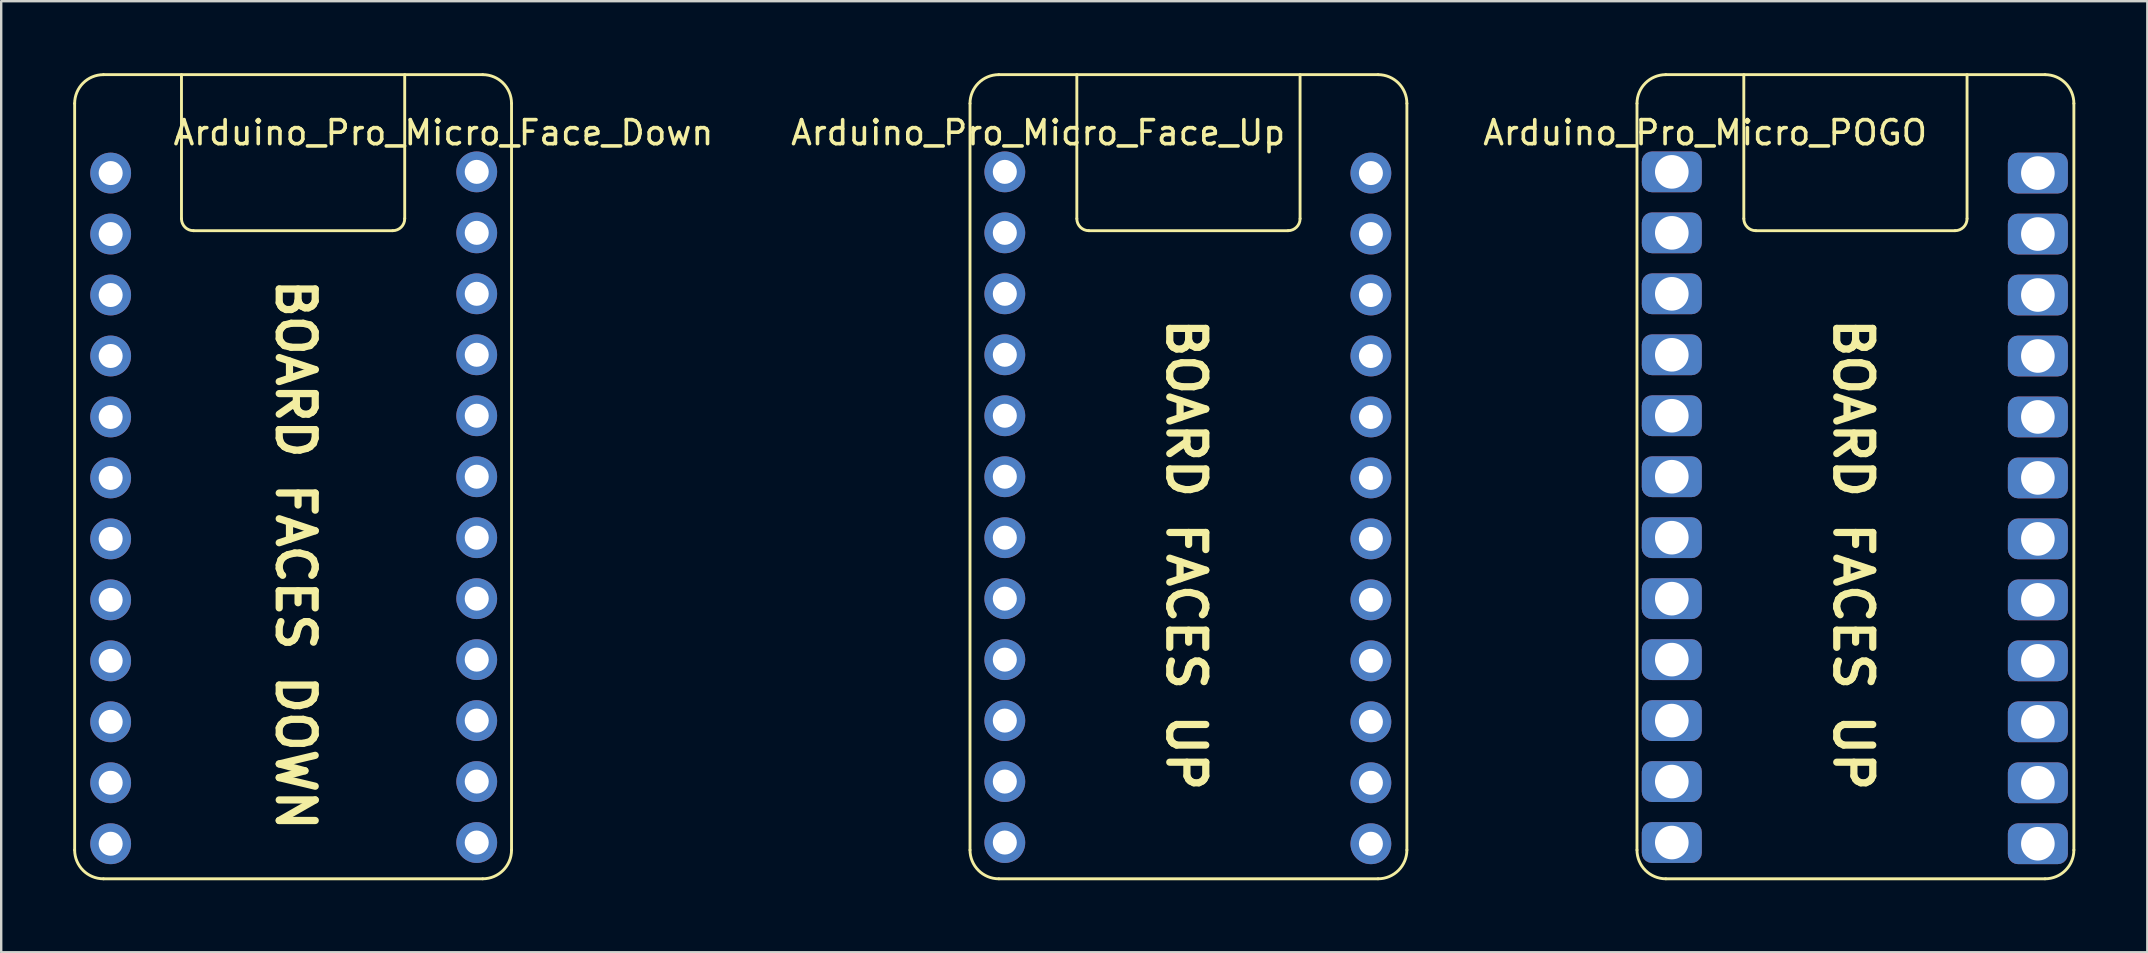
<source format=kicad_pcb>
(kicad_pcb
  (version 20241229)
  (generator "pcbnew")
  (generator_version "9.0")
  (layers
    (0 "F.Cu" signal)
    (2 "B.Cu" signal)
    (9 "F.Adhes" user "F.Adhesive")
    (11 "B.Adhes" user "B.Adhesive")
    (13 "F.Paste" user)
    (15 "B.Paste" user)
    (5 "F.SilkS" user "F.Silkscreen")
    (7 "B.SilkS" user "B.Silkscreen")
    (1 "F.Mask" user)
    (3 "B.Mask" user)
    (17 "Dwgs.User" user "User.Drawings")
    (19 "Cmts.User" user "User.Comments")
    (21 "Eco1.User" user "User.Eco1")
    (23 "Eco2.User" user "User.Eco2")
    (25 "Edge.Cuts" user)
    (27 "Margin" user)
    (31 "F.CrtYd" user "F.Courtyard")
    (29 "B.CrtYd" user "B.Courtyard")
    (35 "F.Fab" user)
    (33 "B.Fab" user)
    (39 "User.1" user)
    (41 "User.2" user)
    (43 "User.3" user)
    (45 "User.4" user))
  (footprint "Arduino_Pro_Micro_POGO"
    (layer "F.Cu")
    (at 66.596 4.11)
    (property "Reference" "Arduino_Pro_Micro_POGO" (at 1.387 -1.631 0) (layer "F.SilkS") (effects (font (size 1 1) (thickness 0.15))))
    (attr through_hole)
    (fp_line (start -1.45 28.25) (end -1.45 -2.85) (stroke (width 0.12) (type solid)) (layer "F.SilkS"))
    (fp_line (start -0.25 -4.05) (end 15.55 -4.05) (stroke (width 0.12) (type solid)) (layer "F.SilkS"))
    (fp_line (start -0.25 29.45) (end 15.55 29.45) (stroke (width 0.12) (type solid)) (layer "F.SilkS"))
    (fp_line (start 3 -4.05) (end 3 1.95) (stroke (width 0.12) (type solid)) (layer "F.SilkS"))
    (fp_line (start 3.5 2.45) (end 11.8 2.45) (stroke (width 0.12) (type solid)) (layer "F.SilkS"))
    (fp_line (start 12.3 -4.05) (end 12.3 1.95) (stroke (width 0.12) (type solid)) (layer "F.SilkS"))
    (fp_line (start 16.75 28.25) (end 16.75 -2.85) (stroke (width 0.12) (type solid)) (layer "F.SilkS"))
    (fp_arc (start -1.45 -2.85) (mid -1.098528 -3.698528) (end -0.25 -4.05) (stroke (width 0.12) (type solid)) (layer "F.SilkS"))
    (fp_arc (start -0.25 29.45) (mid -1.098528 29.098528) (end -1.45 28.25) (stroke (width 0.12) (type solid)) (layer "F.SilkS"))
    (fp_arc (start 3.5 2.45) (mid 3.146447 2.303553) (end 3 1.95) (stroke (width 0.12) (type solid)) (layer "F.SilkS"))
    (fp_arc (start 12.3 1.95) (mid 12.153553 2.303553) (end 11.8 2.45) (stroke (width 0.12) (type solid)) (layer "F.SilkS"))
    (fp_arc (start 15.55 -4.05) (mid 16.398528 -3.698528) (end 16.75 -2.85) (stroke (width 0.12) (type solid)) (layer "F.SilkS"))
    (fp_arc (start 16.75 28.25) (mid 16.398528 29.098528) (end 15.55 29.45) (stroke (width 0.12) (type solid)) (layer "F.SilkS"))
    (fp_text user "BOARD FACES UP" (at 7.55 15.95 270) (unlocked yes) (layer "F.SilkS") (effects (font (size 1.5 1.5) (thickness 0.3))))
    (pad "1" thru_hole roundrect (at 0 0) (size 2.5 1.7) (drill 1.4) (layers "*.Cu" "*.Mask") (roundrect_rratio 0.25))
    (pad "2" thru_hole roundrect (at 0 2.54) (size 2.5 1.7) (drill 1.4) (layers "*.Cu" "*.Mask") (roundrect_rratio 0.25))
    (pad "3" thru_hole roundrect (at 0 5.08) (size 2.5 1.7) (drill 1.4) (layers "*.Cu" "*.Mask") (roundrect_rratio 0.25))
    (pad "4" thru_hole roundrect (at 0 7.62) (size 2.5 1.7) (drill 1.4) (layers "*.Cu" "*.Mask") (roundrect_rratio 0.25))
    (pad "5" thru_hole roundrect (at 0 10.16) (size 2.5 1.7) (drill 1.4) (layers "*.Cu" "*.Mask") (roundrect_rratio 0.25))
    (pad "6" thru_hole roundrect (at 0 12.7) (size 2.5 1.7) (drill 1.4) (layers "*.Cu" "*.Mask") (roundrect_rratio 0.25))
    (pad "7" thru_hole roundrect (at 0 15.24) (size 2.5 1.7) (drill 1.4) (layers "*.Cu" "*.Mask") (roundrect_rratio 0.25))
    (pad "8" thru_hole roundrect (at 0 17.78) (size 2.5 1.7) (drill 1.4) (layers "*.Cu" "*.Mask") (roundrect_rratio 0.25))
    (pad "9" thru_hole roundrect (at 0 20.32) (size 2.5 1.7) (drill 1.4) (layers "*.Cu" "*.Mask") (roundrect_rratio 0.25))
    (pad "10" thru_hole roundrect (at 0 22.86) (size 2.5 1.7) (drill 1.4) (layers "*.Cu" "*.Mask") (roundrect_rratio 0.25))
    (pad "11" thru_hole roundrect (at 0 25.4) (size 2.5 1.7) (drill 1.4) (layers "*.Cu" "*.Mask") (roundrect_rratio 0.25))
    (pad "12" thru_hole roundrect (at 0 27.94) (size 2.5 1.7) (drill 1.4) (layers "*.Cu" "*.Mask") (roundrect_rratio 0.25))
    (pad "13" thru_hole roundrect (at 15.25 27.99) (size 2.5 1.7) (drill 1.4) (layers "*.Cu" "*.Mask") (roundrect_rratio 0.25))
    (pad "14" thru_hole roundrect (at 15.25 25.45) (size 2.5 1.7) (drill 1.4) (layers "*.Cu" "*.Mask") (roundrect_rratio 0.25))
    (pad "15" thru_hole roundrect (at 15.25 22.91) (size 2.5 1.7) (drill 1.4) (layers "*.Cu" "*.Mask") (roundrect_rratio 0.25))
    (pad "16" thru_hole roundrect (at 15.25 20.37) (size 2.5 1.7) (drill 1.4) (layers "*.Cu" "*.Mask") (roundrect_rratio 0.25))
    (pad "17" thru_hole roundrect (at 15.25 17.83) (size 2.5 1.7) (drill 1.4) (layers "*.Cu" "*.Mask") (roundrect_rratio 0.25))
    (pad "18" thru_hole roundrect (at 15.25 15.29) (size 2.5 1.7) (drill 1.4) (layers "*.Cu" "*.Mask") (roundrect_rratio 0.25))
    (pad "19" thru_hole roundrect (at 15.25 12.75) (size 2.5 1.7) (drill 1.4) (layers "*.Cu" "*.Mask") (roundrect_rratio 0.25))
    (pad "20" thru_hole roundrect (at 15.25 10.21) (size 2.5 1.7) (drill 1.4) (layers "*.Cu" "*.Mask") (roundrect_rratio 0.25))
    (pad "21" thru_hole roundrect (at 15.25 7.67) (size 2.5 1.7) (drill 1.4) (layers "*.Cu" "*.Mask") (roundrect_rratio 0.25))
    (pad "22" thru_hole roundrect (at 15.25 5.13) (size 2.5 1.7) (drill 1.4) (layers "*.Cu" "*.Mask") (roundrect_rratio 0.25))
    (pad "23" thru_hole roundrect (at 15.25 2.59) (size 2.5 1.7) (drill 1.4) (layers "*.Cu" "*.Mask") (roundrect_rratio 0.25))
    (pad "24" thru_hole roundrect (at 15.25 0.05) (size 2.5 1.7) (drill 1.4) (layers "*.Cu" "*.Mask") (roundrect_rratio 0.25)))
  (footprint "Arduino_Pro_Micro_Face_Up"
    (layer "F.Cu")
    (at 38.81 4.11)
    (property "Reference" "Arduino_Pro_Micro_Face_Up" (at 1.387 -1.631 0) (layer "F.SilkS") (effects (font (size 1 1) (thickness 0.15))))
    (attr through_hole)
    (fp_line (start -1.45 28.25) (end -1.45 -2.85) (stroke (width 0.12) (type solid)) (layer "F.SilkS"))
    (fp_line (start -0.25 -4.05) (end 15.55 -4.05) (stroke (width 0.12) (type solid)) (layer "F.SilkS"))
    (fp_line (start -0.25 29.45) (end 15.55 29.45) (stroke (width 0.12) (type solid)) (layer "F.SilkS"))
    (fp_line (start 3 -4.05) (end 3 1.95) (stroke (width 0.12) (type solid)) (layer "F.SilkS"))
    (fp_line (start 3.5 2.45) (end 11.8 2.45) (stroke (width 0.12) (type solid)) (layer "F.SilkS"))
    (fp_line (start 12.3 -4.05) (end 12.3 1.95) (stroke (width 0.12) (type solid)) (layer "F.SilkS"))
    (fp_line (start 16.75 28.25) (end 16.75 -2.85) (stroke (width 0.12) (type solid)) (layer "F.SilkS"))
    (fp_arc (start -1.45 -2.85) (mid -1.098528 -3.698528) (end -0.25 -4.05) (stroke (width 0.12) (type solid)) (layer "F.SilkS"))
    (fp_arc (start -0.25 29.45) (mid -1.098528 29.098528) (end -1.45 28.25) (stroke (width 0.12) (type solid)) (layer "F.SilkS"))
    (fp_arc (start 3.5 2.45) (mid 3.146447 2.303553) (end 3 1.95) (stroke (width 0.12) (type solid)) (layer "F.SilkS"))
    (fp_arc (start 12.3 1.95) (mid 12.153553 2.303553) (end 11.8 2.45) (stroke (width 0.12) (type solid)) (layer "F.SilkS"))
    (fp_arc (start 15.55 -4.05) (mid 16.398528 -3.698528) (end 16.75 -2.85) (stroke (width 0.12) (type solid)) (layer "F.SilkS"))
    (fp_arc (start 16.75 28.25) (mid 16.398528 29.098528) (end 15.55 29.45) (stroke (width 0.12) (type solid)) (layer "F.SilkS"))
    (fp_text user "BOARD FACES UP" (at 7.55 15.95 270) (unlocked yes) (layer "F.SilkS") (effects (font (size 1.5 1.5) (thickness 0.3))))
    (pad "1" thru_hole circle (at 0 0) (size 1.7 1.7) (drill 1) (layers "*.Cu" "*.Mask"))
    (pad "2" thru_hole circle (at 0 2.54) (size 1.7 1.7) (drill 1) (layers "*.Cu" "*.Mask"))
    (pad "3" thru_hole circle (at 0 5.08) (size 1.7 1.7) (drill 1) (layers "*.Cu" "*.Mask"))
    (pad "4" thru_hole circle (at 0 7.62) (size 1.7 1.7) (drill 1) (layers "*.Cu" "*.Mask"))
    (pad "5" thru_hole circle (at 0 10.16) (size 1.7 1.7) (drill 1) (layers "*.Cu" "*.Mask"))
    (pad "6" thru_hole circle (at 0 12.7) (size 1.7 1.7) (drill 1) (layers "*.Cu" "*.Mask"))
    (pad "7" thru_hole circle (at 0 15.24) (size 1.7 1.7) (drill 1) (layers "*.Cu" "*.Mask"))
    (pad "8" thru_hole circle (at 0 17.78) (size 1.7 1.7) (drill 1) (layers "*.Cu" "*.Mask"))
    (pad "9" thru_hole circle (at 0 20.32) (size 1.7 1.7) (drill 1) (layers "*.Cu" "*.Mask"))
    (pad "10" thru_hole circle (at 0 22.86) (size 1.7 1.7) (drill 1) (layers "*.Cu" "*.Mask"))
    (pad "11" thru_hole circle (at 0 25.4) (size 1.7 1.7) (drill 1) (layers "*.Cu" "*.Mask"))
    (pad "12" thru_hole circle (at 0 27.94) (size 1.7 1.7) (drill 1) (layers "*.Cu" "*.Mask"))
    (pad "13" thru_hole circle (at 15.25 27.99) (size 1.7 1.7) (drill 1) (layers "*.Cu" "*.Mask"))
    (pad "14" thru_hole circle (at 15.25 25.45) (size 1.7 1.7) (drill 1) (layers "*.Cu" "*.Mask"))
    (pad "15" thru_hole circle (at 15.25 22.91) (size 1.7 1.7) (drill 1) (layers "*.Cu" "*.Mask"))
    (pad "16" thru_hole circle (at 15.25 20.37) (size 1.7 1.7) (drill 1) (layers "*.Cu" "*.Mask"))
    (pad "17" thru_hole circle (at 15.25 17.83) (size 1.7 1.7) (drill 1) (layers "*.Cu" "*.Mask"))
    (pad "18" thru_hole circle (at 15.25 15.29) (size 1.7 1.7) (drill 1) (layers "*.Cu" "*.Mask"))
    (pad "19" thru_hole circle (at 15.25 12.75) (size 1.7 1.7) (drill 1) (layers "*.Cu" "*.Mask"))
    (pad "20" thru_hole circle (at 15.25 10.21) (size 1.7 1.7) (drill 1) (layers "*.Cu" "*.Mask"))
    (pad "21" thru_hole circle (at 15.25 7.67) (size 1.7 1.7) (drill 1) (layers "*.Cu" "*.Mask"))
    (pad "22" thru_hole circle (at 15.25 5.13) (size 1.7 1.7) (drill 1) (layers "*.Cu" "*.Mask"))
    (pad "23" thru_hole circle (at 15.25 2.59) (size 1.7 1.7) (drill 1) (layers "*.Cu" "*.Mask"))
    (pad "24" thru_hole circle (at 15.25 0.05) (size 1.7 1.7) (drill 1) (layers "*.Cu" "*.Mask")))
  (footprint "Arduino_Pro_Micro_Face_Down"
    (layer "F.Cu")
    (at 5.888 4.11)
    (property "Reference" "Arduino_Pro_Micro_Face_Down" (at 9.535 -1.631 0) (layer "F.SilkS") (effects (font (size 1 1) (thickness 0.15))))
    (attr through_hole)
    (fp_line (start -5.828 28.25) (end -5.828 -2.85) (stroke (width 0.12) (type solid)) (layer "F.SilkS"))
    (fp_line (start -1.378 -4.05) (end -1.378 1.95) (stroke (width 0.12) (type solid)) (layer "F.SilkS"))
    (fp_line (start 7.422 2.45) (end -0.878 2.45) (stroke (width 0.12) (type solid)) (layer "F.SilkS"))
    (fp_line (start 7.922 -4.05) (end 7.922 1.95) (stroke (width 0.12) (type solid)) (layer "F.SilkS"))
    (fp_line (start 11.172 -4.05) (end -4.628 -4.05) (stroke (width 0.12) (type solid)) (layer "F.SilkS"))
    (fp_line (start 11.172 29.45) (end -4.628 29.45) (stroke (width 0.12) (type solid)) (layer "F.SilkS"))
    (fp_line (start 12.372 28.25) (end 12.372 -2.85) (stroke (width 0.12) (type solid)) (layer "F.SilkS"))
    (fp_arc (start -5.828 -2.85) (mid -5.476528 -3.698528) (end -4.628 -4.05) (stroke (width 0.12) (type solid)) (layer "F.SilkS"))
    (fp_arc (start -4.628 29.45) (mid -5.476528 29.098528) (end -5.828 28.25) (stroke (width 0.12) (type solid)) (layer "F.SilkS"))
    (fp_arc (start -0.878 2.45) (mid -1.231553 2.303553) (end -1.378 1.95) (stroke (width 0.12) (type solid)) (layer "F.SilkS"))
    (fp_arc (start 7.922 1.95) (mid 7.775553 2.303553) (end 7.422 2.45) (stroke (width 0.12) (type solid)) (layer "F.SilkS"))
    (fp_arc (start 11.172 -4.05) (mid 12.020528 -3.698528) (end 12.372 -2.85) (stroke (width 0.12) (type solid)) (layer "F.SilkS"))
    (fp_arc (start 12.372 28.25) (mid 12.020528 29.098528) (end 11.172 29.45) (stroke (width 0.12) (type solid)) (layer "F.SilkS"))
    (fp_text user "BOARD FACES DOWN" (at 3.372 15.95 270) (unlocked yes) (layer "F.SilkS") (effects (font (size 1.5 1.5) (thickness 0.3))))
    (pad "1" thru_hole circle (at 10.922 0) (size 1.7 1.7) (drill 1) (layers "*.Cu" "*.Mask"))
    (pad "2" thru_hole circle (at 10.922 2.54) (size 1.7 1.7) (drill 1) (layers "*.Cu" "*.Mask"))
    (pad "3" thru_hole circle (at 10.922 5.08) (size 1.7 1.7) (drill 1) (layers "*.Cu" "*.Mask"))
    (pad "4" thru_hole circle (at 10.922 7.62) (size 1.7 1.7) (drill 1) (layers "*.Cu" "*.Mask"))
    (pad "5" thru_hole circle (at 10.922 10.16) (size 1.7 1.7) (drill 1) (layers "*.Cu" "*.Mask"))
    (pad "6" thru_hole circle (at 10.922 12.7) (size 1.7 1.7) (drill 1) (layers "*.Cu" "*.Mask"))
    (pad "7" thru_hole circle (at 10.922 15.24) (size 1.7 1.7) (drill 1) (layers "*.Cu" "*.Mask"))
    (pad "8" thru_hole circle (at 10.922 17.78) (size 1.7 1.7) (drill 1) (layers "*.Cu" "*.Mask"))
    (pad "9" thru_hole circle (at 10.922 20.32) (size 1.7 1.7) (drill 1) (layers "*.Cu" "*.Mask"))
    (pad "10" thru_hole circle (at 10.922 22.86) (size 1.7 1.7) (drill 1) (layers "*.Cu" "*.Mask"))
    (pad "11" thru_hole circle (at 10.922 25.4) (size 1.7 1.7) (drill 1) (layers "*.Cu" "*.Mask"))
    (pad "12" thru_hole circle (at 10.922 27.94) (size 1.7 1.7) (drill 1) (layers "*.Cu" "*.Mask"))
    (pad "13" thru_hole circle (at -4.328 27.99) (size 1.7 1.7) (drill 1) (layers "*.Cu" "*.Mask"))
    (pad "14" thru_hole circle (at -4.328 25.45) (size 1.7 1.7) (drill 1) (layers "*.Cu" "*.Mask"))
    (pad "15" thru_hole circle (at -4.328 22.91) (size 1.7 1.7) (drill 1) (layers "*.Cu" "*.Mask"))
    (pad "16" thru_hole circle (at -4.328 20.37) (size 1.7 1.7) (drill 1) (layers "*.Cu" "*.Mask"))
    (pad "17" thru_hole circle (at -4.328 17.83) (size 1.7 1.7) (drill 1) (layers "*.Cu" "*.Mask"))
    (pad "18" thru_hole circle (at -4.328 15.29) (size 1.7 1.7) (drill 1) (layers "*.Cu" "*.Mask"))
    (pad "19" thru_hole circle (at -4.328 12.75) (size 1.7 1.7) (drill 1) (layers "*.Cu" "*.Mask"))
    (pad "20" thru_hole circle (at -4.328 10.21) (size 1.7 1.7) (drill 1) (layers "*.Cu" "*.Mask"))
    (pad "21" thru_hole circle (at -4.328 7.67) (size 1.7 1.7) (drill 1) (layers "*.Cu" "*.Mask"))
    (pad "22" thru_hole circle (at -4.328 5.13) (size 1.7 1.7) (drill 1) (layers "*.Cu" "*.Mask"))
    (pad "23" thru_hole circle (at -4.328 2.59) (size 1.7 1.7) (drill 1) (layers "*.Cu" "*.Mask"))
    (pad "24" thru_hole circle (at -4.328 0.05) (size 1.7 1.7) (drill 1) (layers "*.Cu" "*.Mask")))
  (gr_rect
    (start -3 -3)
    (end 86.406 36.62)
    (stroke (width 0.1) (type default))
    (fill no)
    (layer "Edge.Cuts")))
</source>
